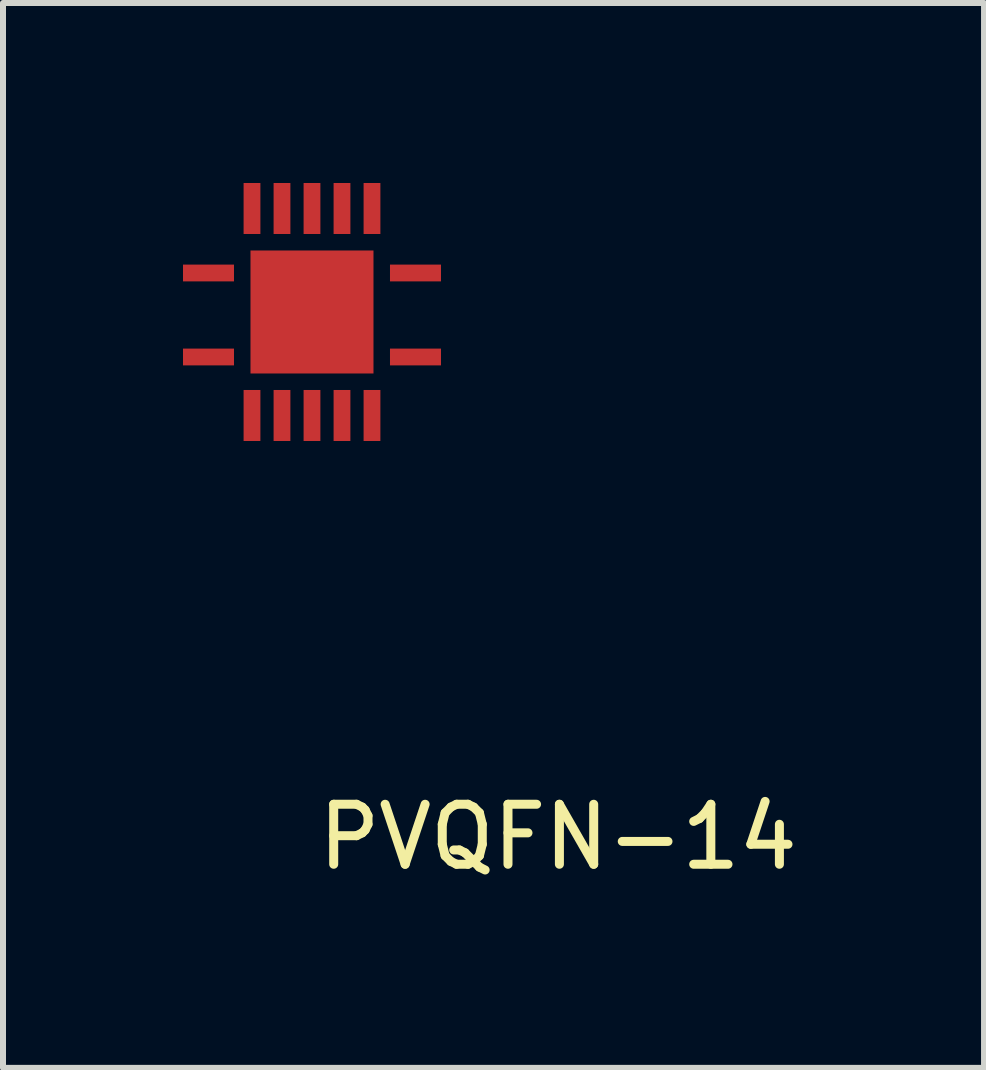
<source format=kicad_pcb>
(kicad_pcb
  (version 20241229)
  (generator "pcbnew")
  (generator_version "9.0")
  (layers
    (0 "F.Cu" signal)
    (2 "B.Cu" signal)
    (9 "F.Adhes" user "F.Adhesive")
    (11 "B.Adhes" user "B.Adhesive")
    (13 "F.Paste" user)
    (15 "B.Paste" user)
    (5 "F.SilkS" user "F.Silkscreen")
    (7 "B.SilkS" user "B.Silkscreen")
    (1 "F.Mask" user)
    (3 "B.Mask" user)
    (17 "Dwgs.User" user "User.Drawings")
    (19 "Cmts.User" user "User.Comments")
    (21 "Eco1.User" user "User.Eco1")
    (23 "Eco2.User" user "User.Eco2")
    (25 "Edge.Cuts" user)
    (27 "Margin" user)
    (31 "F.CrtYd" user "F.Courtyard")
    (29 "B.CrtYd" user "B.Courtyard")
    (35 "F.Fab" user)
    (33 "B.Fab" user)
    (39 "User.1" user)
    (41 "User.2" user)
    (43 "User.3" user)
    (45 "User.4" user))
  (footprint "PVQFN-14"
    (layer "F.Cu")
    (at 1.15 4.3)
    (property "Reference" "PVQFN-14" (at 5.1 6.6 0) (layer "F.SilkS") (effects (font (size 1 1) (thickness 0.15))))
    (attr through_hole)
    (pad "" smd rect (at 1 -2.15) (size 2.05 2.05) (layers "F.Cu" "F.Mask" "F.Paste"))
    (pad "1" smd rect (at -1.15 -2.8) (size 0.85 0.28) (drill (offset 0.425 0)) (layers "F.Cu" "F.Mask" "F.Paste"))
    (pad "2" smd rect (at 0 -3.45) (size 0.28 0.85) (drill (offset 0 -0.425)) (layers "F.Cu" "F.Mask" "F.Paste"))
    (pad "3" smd rect (at 0.5 -3.45) (size 0.28 0.85) (drill (offset 0 -0.425)) (layers "F.Cu" "F.Mask" "F.Paste"))
    (pad "4" smd rect (at 1 -3.45) (size 0.28 0.85) (drill (offset 0 -0.425)) (layers "F.Cu" "F.Mask" "F.Paste"))
    (pad "5" smd rect (at 1.5 -3.45) (size 0.28 0.85) (drill (offset 0 -0.425)) (layers "F.Cu" "F.Mask" "F.Paste"))
    (pad "6" smd rect (at 2 -3.45) (size 0.28 0.85) (drill (offset 0 -0.425)) (layers "F.Cu" "F.Mask" "F.Paste"))
    (pad "7" smd rect (at 2.3 -2.8) (size 0.85 0.28) (drill (offset 0.425 0)) (layers "F.Cu" "F.Mask" "F.Paste"))
    (pad "8" smd rect (at 2.3 -1.4) (size 0.85 0.28) (drill (offset 0.425 0)) (layers "F.Cu" "F.Mask" "F.Paste"))
    (pad "9" smd rect (at 2 0) (size 0.28 0.85) (drill (offset 0 -0.425)) (layers "F.Cu" "F.Mask" "F.Paste"))
    (pad "10" smd rect (at 1.5 0) (size 0.28 0.85) (drill (offset 0 -0.425)) (layers "F.Cu" "F.Mask" "F.Paste"))
    (pad "11" smd rect (at 1 0) (size 0.28 0.85) (drill (offset 0 -0.425)) (layers "F.Cu" "F.Mask" "F.Paste"))
    (pad "12" smd rect (at 0.5 0) (size 0.28 0.85) (drill (offset 0 -0.425)) (layers "F.Cu" "F.Mask" "F.Paste"))
    (pad "13" smd rect (at 0 0) (size 0.28 0.85) (drill (offset 0 -0.425)) (layers "F.Cu" "F.Mask" "F.Paste"))
    (pad "14" smd rect (at -1.15 -1.4) (size 0.85 0.28) (drill (offset 0.425 0)) (layers "F.Cu" "F.Mask" "F.Paste")))
  (gr_rect
    (start -3 -3)
    (end 13.351 14.748)
    (stroke (width 0.1) (type default))
    (fill no)
    (layer "Edge.Cuts")))
</source>
